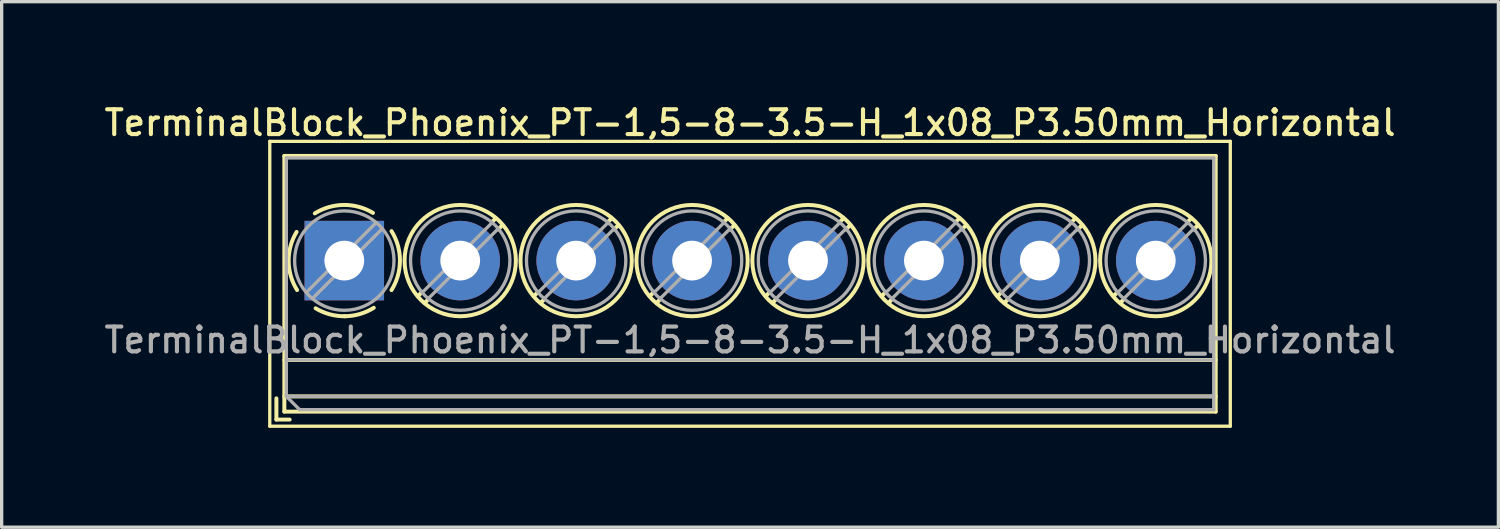
<source format=kicad_pcb>
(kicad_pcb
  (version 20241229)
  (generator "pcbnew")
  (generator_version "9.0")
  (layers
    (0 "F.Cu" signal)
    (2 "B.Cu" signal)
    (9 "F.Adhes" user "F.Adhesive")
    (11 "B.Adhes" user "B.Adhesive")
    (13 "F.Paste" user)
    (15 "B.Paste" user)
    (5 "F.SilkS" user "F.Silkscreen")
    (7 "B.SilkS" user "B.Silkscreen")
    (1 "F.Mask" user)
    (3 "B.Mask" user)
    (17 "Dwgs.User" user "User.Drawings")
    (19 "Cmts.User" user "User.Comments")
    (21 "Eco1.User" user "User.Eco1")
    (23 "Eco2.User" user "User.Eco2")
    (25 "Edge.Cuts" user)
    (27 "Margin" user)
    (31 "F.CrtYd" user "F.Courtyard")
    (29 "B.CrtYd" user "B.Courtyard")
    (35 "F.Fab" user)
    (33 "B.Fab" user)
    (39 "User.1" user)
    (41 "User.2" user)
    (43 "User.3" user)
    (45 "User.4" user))
  (footprint "TerminalBlock_Phoenix_PT-1,5-8-3.5-H_1x08_P3.50mm_Horizontal"
    (layer "F.Cu")
    (at 7.345 4.818)
    (property "Reference" "TerminalBlock_Phoenix_PT-1,5-8-3.5-H_1x08_P3.50mm_Horizontal" (at 12.25 -4.16 0) (layer "F.SilkS") (effects (font (size 0.75 0.75) (thickness 0.125))))
    (attr through_hole)
    (fp_line (start -2.25 -3.6) (end -2.25 5) (stroke (width 0.1) (type solid)) (layer "F.SilkS"))
    (fp_line (start -2.25 5) (end 26.75 5) (stroke (width 0.1) (type solid)) (layer "F.SilkS"))
    (fp_line (start -2.05 4.16) (end -2.05 4.8) (stroke (width 0.12) (type solid)) (layer "F.SilkS"))
    (fp_line (start -2.05 4.8) (end -1.65 4.8) (stroke (width 0.12) (type solid)) (layer "F.SilkS"))
    (fp_line (start -1.81 -3.16) (end -1.81 4.56) (stroke (width 0.12) (type solid)) (layer "F.SilkS"))
    (fp_line (start -1.81 -3.16) (end 26.31 -3.16) (stroke (width 0.12) (type solid)) (layer "F.SilkS"))
    (fp_line (start -1.81 3) (end 26.31 3) (stroke (width 0.12) (type solid)) (layer "F.SilkS"))
    (fp_line (start -1.81 4.1) (end 26.31 4.1) (stroke (width 0.12) (type solid)) (layer "F.SilkS"))
    (fp_line (start -1.81 4.56) (end 26.31 4.56) (stroke (width 0.12) (type solid)) (layer "F.SilkS"))
    (fp_line (start 2.355 0.941) (end 2.226 1.069) (stroke (width 0.12) (type solid)) (layer "F.SilkS"))
    (fp_line (start 2.525 1.181) (end 2.431 1.274) (stroke (width 0.12) (type solid)) (layer "F.SilkS"))
    (fp_line (start 4.57 -1.275) (end 4.476 -1.181) (stroke (width 0.12) (type solid)) (layer "F.SilkS"))
    (fp_line (start 4.775 -1.069) (end 4.646 -0.941) (stroke (width 0.12) (type solid)) (layer "F.SilkS"))
    (fp_line (start 5.855 0.941) (end 5.726 1.069) (stroke (width 0.12) (type solid)) (layer "F.SilkS"))
    (fp_line (start 6.025 1.181) (end 5.931 1.274) (stroke (width 0.12) (type solid)) (layer "F.SilkS"))
    (fp_line (start 8.07 -1.275) (end 7.976 -1.181) (stroke (width 0.12) (type solid)) (layer "F.SilkS"))
    (fp_line (start 8.275 -1.069) (end 8.146 -0.941) (stroke (width 0.12) (type solid)) (layer "F.SilkS"))
    (fp_line (start 9.355 0.941) (end 9.226 1.069) (stroke (width 0.12) (type solid)) (layer "F.SilkS"))
    (fp_line (start 9.525 1.181) (end 9.431 1.274) (stroke (width 0.12) (type solid)) (layer "F.SilkS"))
    (fp_line (start 11.57 -1.275) (end 11.476 -1.181) (stroke (width 0.12) (type solid)) (layer "F.SilkS"))
    (fp_line (start 11.775 -1.069) (end 11.646 -0.941) (stroke (width 0.12) (type solid)) (layer "F.SilkS"))
    (fp_line (start 12.855 0.941) (end 12.726 1.069) (stroke (width 0.12) (type solid)) (layer "F.SilkS"))
    (fp_line (start 13.025 1.181) (end 12.931 1.274) (stroke (width 0.12) (type solid)) (layer "F.SilkS"))
    (fp_line (start 15.07 -1.275) (end 14.976 -1.181) (stroke (width 0.12) (type solid)) (layer "F.SilkS"))
    (fp_line (start 15.275 -1.069) (end 15.146 -0.941) (stroke (width 0.12) (type solid)) (layer "F.SilkS"))
    (fp_line (start 16.355 0.941) (end 16.226 1.069) (stroke (width 0.12) (type solid)) (layer "F.SilkS"))
    (fp_line (start 16.525 1.181) (end 16.431 1.274) (stroke (width 0.12) (type solid)) (layer "F.SilkS"))
    (fp_line (start 18.57 -1.275) (end 18.476 -1.181) (stroke (width 0.12) (type solid)) (layer "F.SilkS"))
    (fp_line (start 18.775 -1.069) (end 18.646 -0.941) (stroke (width 0.12) (type solid)) (layer "F.SilkS"))
    (fp_line (start 19.855 0.941) (end 19.726 1.069) (stroke (width 0.12) (type solid)) (layer "F.SilkS"))
    (fp_line (start 20.025 1.181) (end 19.931 1.274) (stroke (width 0.12) (type solid)) (layer "F.SilkS"))
    (fp_line (start 22.07 -1.275) (end 21.976 -1.181) (stroke (width 0.12) (type solid)) (layer "F.SilkS"))
    (fp_line (start 22.275 -1.069) (end 22.146 -0.941) (stroke (width 0.12) (type solid)) (layer "F.SilkS"))
    (fp_line (start 23.355 0.941) (end 23.226 1.069) (stroke (width 0.12) (type solid)) (layer "F.SilkS"))
    (fp_line (start 23.525 1.181) (end 23.431 1.274) (stroke (width 0.12) (type solid)) (layer "F.SilkS"))
    (fp_line (start 25.57 -1.275) (end 25.476 -1.181) (stroke (width 0.12) (type solid)) (layer "F.SilkS"))
    (fp_line (start 25.775 -1.069) (end 25.646 -0.941) (stroke (width 0.12) (type solid)) (layer "F.SilkS"))
    (fp_line (start 26.31 -3.16) (end 26.31 4.56) (stroke (width 0.12) (type solid)) (layer "F.SilkS"))
    (fp_line (start 26.75 -3.6) (end -2.25 -3.6) (stroke (width 0.1) (type solid)) (layer "F.SilkS"))
    (fp_line (start 26.75 5) (end 26.75 -3.6) (stroke (width 0.1) (type solid)) (layer "F.SilkS"))
    (fp_arc (start -1.425358 0.889894) (mid -1.680286 0.014012) (end -1.44 -0.866) (stroke (width 0.12) (type solid)) (layer "F.SilkS"))
    (fp_arc (start -0.889894 -1.425358) (mid -0.014012 -1.680286) (end 0.866 -1.44) (stroke (width 0.12) (type solid)) (layer "F.SilkS"))
    (fp_arc (start 0.028674 1.680099) (mid -0.435535 1.622918) (end -0.866 1.44) (stroke (width 0.12) (type solid)) (layer "F.SilkS"))
    (fp_arc (start 0.890264 1.424721) (mid 0.463071 1.61492) (end 0 1.68) (stroke (width 0.12) (type solid)) (layer "F.SilkS"))
    (fp_arc (start 1.425504 -0.890193) (mid 1.680626 0.000476) (end 1.425 0.891) (stroke (width 0.12) (type solid)) (layer "F.SilkS"))
    (fp_circle (center 3.5 0) (end 5.18 0) (stroke (width 0.12) (type solid)) (fill no) (layer "F.SilkS"))
    (fp_circle (center 7 0) (end 8.68 0) (stroke (width 0.12) (type solid)) (fill no) (layer "F.SilkS"))
    (fp_circle (center 10.5 0) (end 12.18 0) (stroke (width 0.12) (type solid)) (fill no) (layer "F.SilkS"))
    (fp_circle (center 14 0) (end 15.68 0) (stroke (width 0.12) (type solid)) (fill no) (layer "F.SilkS"))
    (fp_circle (center 17.5 0) (end 19.18 0) (stroke (width 0.12) (type solid)) (fill no) (layer "F.SilkS"))
    (fp_circle (center 21 0) (end 22.68 0) (stroke (width 0.12) (type solid)) (fill no) (layer "F.SilkS"))
    (fp_circle (center 24.5 0) (end 26.18 0) (stroke (width 0.12) (type solid)) (fill no) (layer "F.SilkS"))
    (fp_line (start -1.75 -3.1) (end 26.25 -3.1) (stroke (width 0.1) (type solid)) (layer "F.Fab"))
    (fp_line (start -1.75 3) (end 26.25 3) (stroke (width 0.1) (type solid)) (layer "F.Fab"))
    (fp_line (start -1.75 4.1) (end -1.75 -3.1) (stroke (width 0.1) (type solid)) (layer "F.Fab"))
    (fp_line (start -1.75 4.1) (end 26.25 4.1) (stroke (width 0.1) (type solid)) (layer "F.Fab"))
    (fp_line (start -1.35 4.5) (end -1.75 4.1) (stroke (width 0.1) (type solid)) (layer "F.Fab"))
    (fp_line (start 0.955 -1.138) (end -1.138 0.955) (stroke (width 0.1) (type solid)) (layer "F.Fab"))
    (fp_line (start 1.138 -0.955) (end -0.955 1.138) (stroke (width 0.1) (type solid)) (layer "F.Fab"))
    (fp_line (start 4.455 -1.138) (end 2.363 0.955) (stroke (width 0.1) (type solid)) (layer "F.Fab"))
    (fp_line (start 4.638 -0.955) (end 2.546 1.138) (stroke (width 0.1) (type solid)) (layer "F.Fab"))
    (fp_line (start 7.955 -1.138) (end 5.863 0.955) (stroke (width 0.1) (type solid)) (layer "F.Fab"))
    (fp_line (start 8.138 -0.955) (end 6.046 1.138) (stroke (width 0.1) (type solid)) (layer "F.Fab"))
    (fp_line (start 11.455 -1.138) (end 9.363 0.955) (stroke (width 0.1) (type solid)) (layer "F.Fab"))
    (fp_line (start 11.638 -0.955) (end 9.546 1.138) (stroke (width 0.1) (type solid)) (layer "F.Fab"))
    (fp_line (start 14.955 -1.138) (end 12.863 0.955) (stroke (width 0.1) (type solid)) (layer "F.Fab"))
    (fp_line (start 15.138 -0.955) (end 13.046 1.138) (stroke (width 0.1) (type solid)) (layer "F.Fab"))
    (fp_line (start 18.455 -1.138) (end 16.363 0.955) (stroke (width 0.1) (type solid)) (layer "F.Fab"))
    (fp_line (start 18.638 -0.955) (end 16.546 1.138) (stroke (width 0.1) (type solid)) (layer "F.Fab"))
    (fp_line (start 21.955 -1.138) (end 19.863 0.955) (stroke (width 0.1) (type solid)) (layer "F.Fab"))
    (fp_line (start 22.138 -0.955) (end 20.046 1.138) (stroke (width 0.1) (type solid)) (layer "F.Fab"))
    (fp_line (start 25.455 -1.138) (end 23.363 0.955) (stroke (width 0.1) (type solid)) (layer "F.Fab"))
    (fp_line (start 25.638 -0.955) (end 23.546 1.138) (stroke (width 0.1) (type solid)) (layer "F.Fab"))
    (fp_line (start 26.25 -3.1) (end 26.25 4.5) (stroke (width 0.1) (type solid)) (layer "F.Fab"))
    (fp_line (start 26.25 4.5) (end -1.35 4.5) (stroke (width 0.1) (type solid)) (layer "F.Fab"))
    (fp_circle (center 0 0) (end 1.5 0) (stroke (width 0.1) (type solid)) (fill no) (layer "F.Fab"))
    (fp_circle (center 3.5 0) (end 5 0) (stroke (width 0.1) (type solid)) (fill no) (layer "F.Fab"))
    (fp_circle (center 7 0) (end 8.5 0) (stroke (width 0.1) (type solid)) (fill no) (layer "F.Fab"))
    (fp_circle (center 10.5 0) (end 12 0) (stroke (width 0.1) (type solid)) (fill no) (layer "F.Fab"))
    (fp_circle (center 14 0) (end 15.5 0) (stroke (width 0.1) (type solid)) (fill no) (layer "F.Fab"))
    (fp_circle (center 17.5 0) (end 19 0) (stroke (width 0.1) (type solid)) (fill no) (layer "F.Fab"))
    (fp_circle (center 21 0) (end 22.5 0) (stroke (width 0.1) (type solid)) (fill no) (layer "F.Fab"))
    (fp_circle (center 24.5 0) (end 26 0) (stroke (width 0.1) (type solid)) (fill no) (layer "F.Fab"))
    (fp_text user "${REFERENCE}" (at 12.25 2.4 0) (layer "F.Fab") (effects (font (size 0.75 0.75) (thickness 0.125))))
    (pad "1" thru_hole rect (at 0 0) (size 2.4 2.4) (drill 1.2) (layers "*.Cu" "*.Mask"))
    (pad "2" thru_hole circle (at 3.5 0) (size 2.4 2.4) (drill 1.2) (layers "*.Cu" "*.Mask"))
    (pad "3" thru_hole circle (at 7 0) (size 2.4 2.4) (drill 1.2) (layers "*.Cu" "*.Mask"))
    (pad "4" thru_hole circle (at 10.5 0) (size 2.4 2.4) (drill 1.2) (layers "*.Cu" "*.Mask"))
    (pad "5" thru_hole circle (at 14 0) (size 2.4 2.4) (drill 1.2) (layers "*.Cu" "*.Mask"))
    (pad "6" thru_hole circle (at 17.5 0) (size 2.4 2.4) (drill 1.2) (layers "*.Cu" "*.Mask"))
    (pad "7" thru_hole circle (at 21 0) (size 2.4 2.4) (drill 1.2) (layers "*.Cu" "*.Mask"))
    (pad "8" thru_hole circle (at 24.5 0) (size 2.4 2.4) (drill 1.2) (layers "*.Cu" "*.Mask")))
  (gr_rect
    (start -3 -3)
    (end 42.189 12.868)
    (stroke (width 0.1) (type default))
    (fill no)
    (layer "Edge.Cuts")))
</source>
